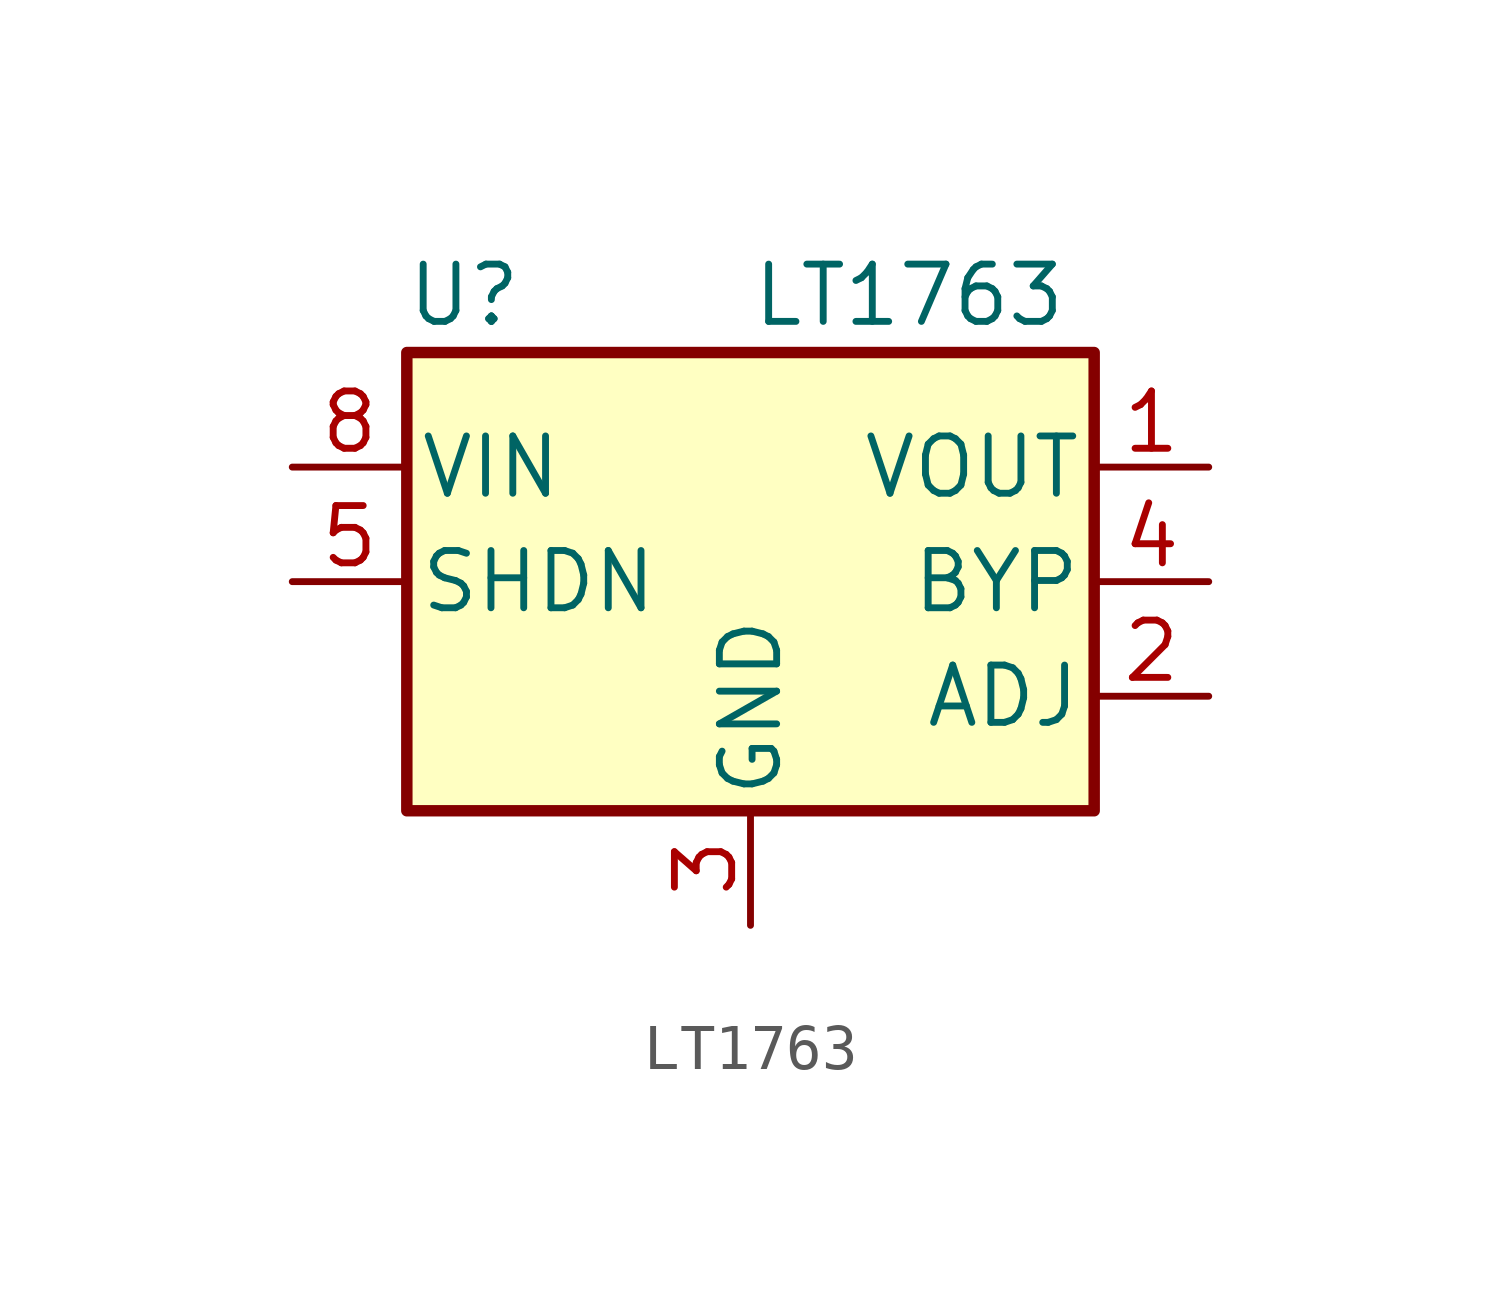
<source format=kicad_sym>
(kicad_symbol_lib
  (version 20231120)
  (generator "kicad_symbol_editor")
  (generator_version "8.0")
  (symbol "LT1763"
    (pin_names
      (offset 0.254))
    (property "Reference" "U"
      (at -6.35 6.35 0)
      (effects (font (size 1.27 1.27))))
    (property "Value" "LT1763"
      (at 0 6.35 0)
      (effects (font (size 1.27 1.27)) (justify left)))
    (symbol "LT1763_0_1"
      (rectangle (start -7.62 5.08) (end 7.62 -5.08) (stroke (width 0.254) (type default)) (fill (type background))))
    (symbol "LT1763_1_1"
      (pin passive line (at 10.16 2.54 180) (length 2.54) (name "VOUT" (effects (font (size 1.27 1.27)))) (number "1" (effects (font (size 1.27 1.27)))))
      (pin passive line (at 10.16 -2.54 180) (length 2.54) (name "ADJ" (effects (font (size 1.27 1.27)))) (number "2" (effects (font (size 1.27 1.27)))))
      (pin passive line (at 0 -7.62 90) (length 2.54) (name "GND" (effects (font (size 1.27 1.27)))) (number "3" (effects (font (size 1.27 1.27)))))
      (pin passive line (at 10.16 0 180) (length 2.54) (name "BYP" (effects (font (size 1.27 1.27)))) (number "4" (effects (font (size 1.27 1.27)))))
      (pin passive line (at -10.16 0 0) (length 2.54) (name "SHDN" (effects (font (size 1.27 1.27)))) (number "5" (effects (font (size 1.27 1.27)))))
      (pin passive line (at -10.16 2.54 0) (length 2.54) (name "VIN" (effects (font (size 1.27 1.27)))) (number "8" (effects (font (size 1.27 1.27))))))))
</source>
